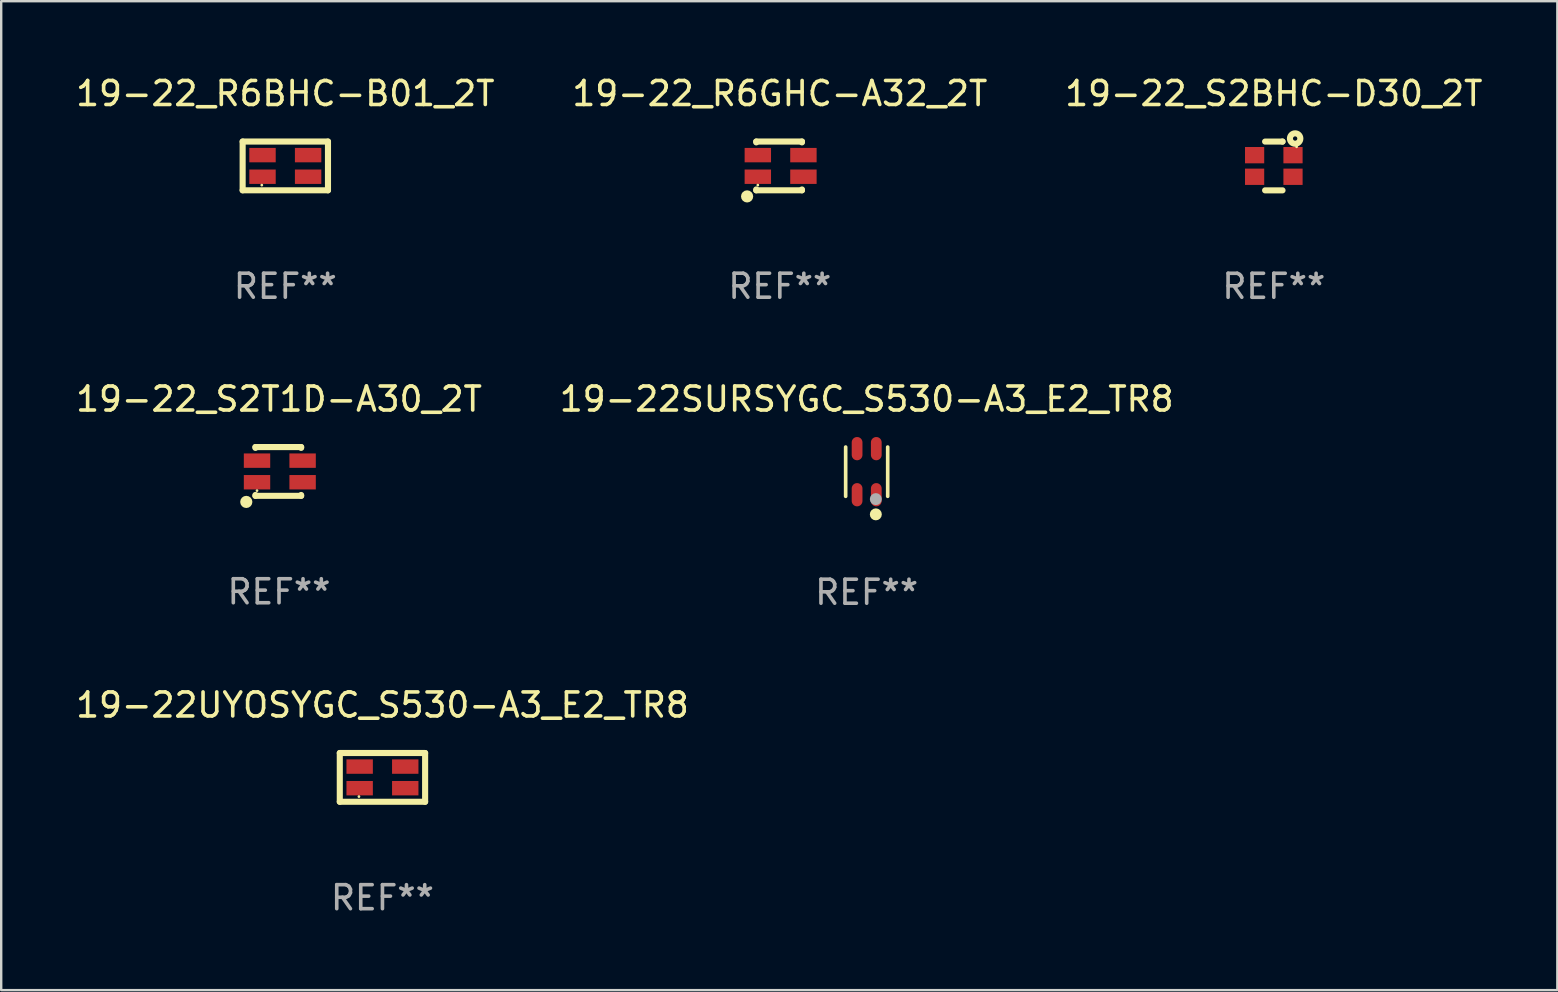
<source format=kicad_pcb>
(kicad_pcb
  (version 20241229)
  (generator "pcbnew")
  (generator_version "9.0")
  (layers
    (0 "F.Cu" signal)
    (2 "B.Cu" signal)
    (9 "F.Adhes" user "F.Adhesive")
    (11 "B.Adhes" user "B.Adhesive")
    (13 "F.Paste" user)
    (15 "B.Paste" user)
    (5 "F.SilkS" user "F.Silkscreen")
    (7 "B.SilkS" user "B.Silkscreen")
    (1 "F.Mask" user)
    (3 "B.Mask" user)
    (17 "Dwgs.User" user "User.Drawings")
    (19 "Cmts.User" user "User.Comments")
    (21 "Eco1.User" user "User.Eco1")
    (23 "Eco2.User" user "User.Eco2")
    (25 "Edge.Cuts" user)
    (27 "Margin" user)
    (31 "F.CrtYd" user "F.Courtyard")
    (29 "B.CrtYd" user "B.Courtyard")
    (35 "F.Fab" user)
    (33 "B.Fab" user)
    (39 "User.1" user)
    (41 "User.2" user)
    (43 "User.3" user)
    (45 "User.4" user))
  (footprint "19-22_S2BHC-D30_2T"
    (layer "F.Cu")
    (at 50.03 3.865)
    (property "Reference" "19-22_S2BHC-D30_2T" (at 0 -3.017 0) (layer "F.SilkS") (effects (font (size 1 1) (thickness 0.15))))
    (attr through_hole)
    (fp_line (start -0.363 -1.015) (end 0.363 -1.015) (stroke (width 0.254) (type solid)) (layer "F.SilkS"))
    (fp_line (start 0.363 -1.015) (end 0.363 -1.017) (stroke (width 0.254) (type solid)) (layer "F.SilkS"))
    (fp_line (start 0.363 1.017) (end -0.363 1.017) (stroke (width 0.254) (type solid)) (layer "F.SilkS"))
    (fp_circle (center 0.889 -1.142) (end 0.979 -1.142) (stroke (width 0.254) (type solid)) (fill no) (layer "F.SilkS"))
    (fp_circle (center 0.95 -0.799) (end 0.98 -0.799) (stroke (width 0.06) (type solid)) (fill no) (layer "F.SilkS"))
    (fp_text user "REF**" (at 0 5.017 0) (layer "F.Fab") (effects (font (size 1 1) (thickness 0.15))))
    (pad "1" smd rect (at 0.8 -0.449) (size 0.8 0.68) (layers "F.Cu" "F.Mask" "F.Paste"))
    (pad "2" smd rect (at -0.8 -0.449) (size 0.8 0.68) (layers "F.Cu" "F.Mask" "F.Paste"))
    (pad "3" smd rect (at 0.8 0.451) (size 0.8 0.68) (layers "F.Cu" "F.Mask" "F.Paste"))
    (pad "4" smd rect (at -0.8 0.451) (size 0.8 0.68) (layers "F.Cu" "F.Mask" "F.Paste")))
  (footprint "19-22_R6BHC-B01_2T"
    (layer "F.Cu")
    (at 8.839 3.864)
    (property "Reference" "19-22_R6BHC-B01_2T" (at 0 -3.016 0) (layer "F.SilkS") (effects (font (size 1 1) (thickness 0.15))))
    (attr through_hole)
    (fp_line (start -1.778 -1.016) (end -1.778 1.016) (stroke (width 0.254) (type solid)) (layer "F.SilkS"))
    (fp_line (start -1.778 1.016) (end 1.778 1.016) (stroke (width 0.254) (type solid)) (layer "F.SilkS"))
    (fp_line (start 1.778 -1.016) (end -1.778 -1.016) (stroke (width 0.254) (type solid)) (layer "F.SilkS"))
    (fp_line (start 1.778 1.016) (end 1.778 -1.016) (stroke (width 0.254) (type solid)) (layer "F.SilkS"))
    (fp_circle (center -0.98 0.8) (end -0.95 0.8) (stroke (width 0.06) (type solid)) (fill no) (layer "F.SilkS"))
    (fp_text user "REF**" (at 0 5.016 0) (layer "F.Fab") (effects (font (size 1 1) (thickness 0.15))))
    (pad "1" smd rect (at -0.95 0.45 90) (size 0.6 1.1) (layers "F.Cu" "F.Mask" "F.Paste"))
    (pad "2" smd rect (at 0.95 0.45 90) (size 0.6 1.1) (layers "F.Cu" "F.Mask" "F.Paste"))
    (pad "3" smd rect (at -0.95 -0.45 90) (size 0.6 1.1) (layers "F.Cu" "F.Mask" "F.Paste"))
    (pad "4" smd rect (at 0.95 -0.45 90) (size 0.6 1.1) (layers "F.Cu" "F.Mask" "F.Paste")))
  (footprint "19-22_S2T1D-A30_2T"
    (layer "F.Cu")
    (at 8.577 16.595)
    (property "Reference" "19-22_S2T1D-A30_2T" (at 0 -3.016 0) (layer "F.SilkS") (effects (font (size 1 1) (thickness 0.15))))
    (attr through_hole)
    (fp_line (start -0.983 -1.016) (end -0.983 -0.981) (stroke (width 0.254) (type solid)) (layer "F.SilkS"))
    (fp_line (start -0.983 -1.016) (end 0.922 -1.016) (stroke (width 0.254) (type solid)) (layer "F.SilkS"))
    (fp_line (start -0.983 0.981) (end -0.983 1.016) (stroke (width 0.254) (type solid)) (layer "F.SilkS"))
    (fp_line (start 0.922 -1.016) (end 0.922 -0.981) (stroke (width 0.254) (type solid)) (layer "F.SilkS"))
    (fp_line (start 0.922 0.981) (end 0.922 1.016) (stroke (width 0.254) (type solid)) (layer "F.SilkS"))
    (fp_line (start 0.922 1.016) (end -0.983 1.016) (stroke (width 0.254) (type solid)) (layer "F.SilkS"))
    (fp_circle (center -1.364 1.27) (end -1.237 1.27) (stroke (width 0.254) (type solid)) (fill no) (layer "F.SilkS"))
    (fp_circle (center -0.917 0.8) (end -0.887 0.8) (stroke (width 0.06) (type solid)) (fill no) (layer "F.SilkS"))
    (fp_text user "REF**" (at 0 5.016 0) (layer "F.Fab") (effects (font (size 1 1) (thickness 0.15))))
    (pad "1" smd rect (at -0.917 0.45) (size 1.1 0.6) (layers "F.Cu" "F.Mask" "F.Paste"))
    (pad "2" smd rect (at -0.917 -0.45) (size 1.1 0.6) (layers "F.Cu" "F.Mask" "F.Paste"))
    (pad "3" smd rect (at 0.983 -0.45) (size 1.1 0.6) (layers "F.Cu" "F.Mask" "F.Paste"))
    (pad "4" smd rect (at 0.983 0.45) (size 1.1 0.6) (layers "F.Cu" "F.Mask" "F.Paste")))
  (footprint "19-22UYOSYGC_S530-A3_E2_TR8"
    (layer "F.Cu")
    (at 12.887 29.344)
    (property "Reference" "19-22UYOSYGC_S530-A3_E2_TR8" (at 0 -3.016 0) (layer "F.SilkS") (effects (font (size 1 1) (thickness 0.15))))
    (attr through_hole)
    (fp_line (start -1.778 -1.016) (end -1.778 1.016) (stroke (width 0.254) (type solid)) (layer "F.SilkS"))
    (fp_line (start -1.778 1.016) (end 1.778 1.016) (stroke (width 0.254) (type solid)) (layer "F.SilkS"))
    (fp_line (start 1.778 -1.016) (end -1.778 -1.016) (stroke (width 0.254) (type solid)) (layer "F.SilkS"))
    (fp_line (start 1.778 1.016) (end 1.778 -1.016) (stroke (width 0.254) (type solid)) (layer "F.SilkS"))
    (fp_circle (center -0.98 0.8) (end -0.95 0.8) (stroke (width 0.06) (type solid)) (fill no) (layer "F.SilkS"))
    (fp_text user "REF**" (at 0 5.016 0) (layer "F.Fab") (effects (font (size 1 1) (thickness 0.15))))
    (pad "1" smd rect (at -0.95 0.45 90) (size 0.6 1.1) (layers "F.Cu" "F.Mask" "F.Paste"))
    (pad "2" smd rect (at 0.95 0.45 90) (size 0.6 1.1) (layers "F.Cu" "F.Mask" "F.Paste"))
    (pad "3" smd rect (at -0.95 -0.45 90) (size 0.6 1.1) (layers "F.Cu" "F.Mask" "F.Paste"))
    (pad "4" smd rect (at 0.95 -0.45 90) (size 0.6 1.1) (layers "F.Cu" "F.Mask" "F.Paste")))
  (footprint "19-22SURSYGC_S530-A3_E2_TR8"
    (layer "F.Cu")
    (at 33.065 16.605)
    (property "Reference" "19-22SURSYGC_S530-A3_E2_TR8" (at 0 -3.026 0) (layer "F.SilkS") (effects (font (size 1 1) (thickness 0.15))))
    (attr through_hole)
    (fp_line (start -0.876 1.026) (end -0.876 -1.026) (stroke (width 0.152) (type solid)) (layer "F.SilkS"))
    (fp_line (start 0.876 1.026) (end 0.876 -1.026) (stroke (width 0.152) (type solid)) (layer "F.SilkS"))
    (fp_circle (center 0.381 1.778) (end 0.506 1.778) (stroke (width 0.25) (type solid)) (fill no) (layer "F.SilkS"))
    (fp_circle (center 0.381 1.143) (end 0.506 1.143) (stroke (width 0.25) (type solid)) (fill no) (layer "F.Fab"))
    (fp_text user "REF**" (at 0 5.026 0) (layer "F.Fab") (effects (font (size 1 1) (thickness 0.15))))
    (pad "1" smd oval (at 0.4 0.96) (size 0.448 0.969) (layers "F.Cu" "F.Mask" "F.Paste"))
    (pad "2" smd oval (at -0.4 0.96) (size 0.448 0.969) (layers "F.Cu" "F.Mask" "F.Paste"))
    (pad "3" smd oval (at -0.4 -0.96) (size 0.448 0.969) (layers "F.Cu" "F.Mask" "F.Paste"))
    (pad "4" smd oval (at 0.4 -0.96) (size 0.448 0.969) (layers "F.Cu" "F.Mask" "F.Paste")))
  (footprint "19-22_R6GHC-A32_2T"
    (layer "F.Cu")
    (at 29.446 3.864)
    (property "Reference" "19-22_R6GHC-A32_2T" (at 0 -3.016 0) (layer "F.SilkS") (effects (font (size 1 1) (thickness 0.15))))
    (attr through_hole)
    (fp_line (start -0.983 -1.016) (end -0.983 -0.981) (stroke (width 0.254) (type solid)) (layer "F.SilkS"))
    (fp_line (start -0.983 -1.016) (end 0.922 -1.016) (stroke (width 0.254) (type solid)) (layer "F.SilkS"))
    (fp_line (start -0.983 0.981) (end -0.983 1.016) (stroke (width 0.254) (type solid)) (layer "F.SilkS"))
    (fp_line (start 0.922 -1.016) (end 0.922 -0.981) (stroke (width 0.254) (type solid)) (layer "F.SilkS"))
    (fp_line (start 0.922 0.981) (end 0.922 1.016) (stroke (width 0.254) (type solid)) (layer "F.SilkS"))
    (fp_line (start 0.922 1.016) (end -0.983 1.016) (stroke (width 0.254) (type solid)) (layer "F.SilkS"))
    (fp_circle (center -1.364 1.27) (end -1.237 1.27) (stroke (width 0.254) (type solid)) (fill no) (layer "F.SilkS"))
    (fp_circle (center -0.917 0.8) (end -0.887 0.8) (stroke (width 0.06) (type solid)) (fill no) (layer "F.SilkS"))
    (fp_text user "REF**" (at 0 5.016 0) (layer "F.Fab") (effects (font (size 1 1) (thickness 0.15))))
    (pad "1" smd rect (at -0.917 0.45) (size 1.1 0.6) (layers "F.Cu" "F.Mask" "F.Paste"))
    (pad "2" smd rect (at -0.917 -0.45) (size 1.1 0.6) (layers "F.Cu" "F.Mask" "F.Paste"))
    (pad "3" smd rect (at 0.983 -0.45) (size 1.1 0.6) (layers "F.Cu" "F.Mask" "F.Paste"))
    (pad "4" smd rect (at 0.983 0.45) (size 1.1 0.6) (layers "F.Cu" "F.Mask" "F.Paste")))
  (gr_rect
    (start -3 -3)
    (end 61.845 38.208)
    (stroke (width 0.1) (type default))
    (fill no)
    (layer "Edge.Cuts")))
</source>
